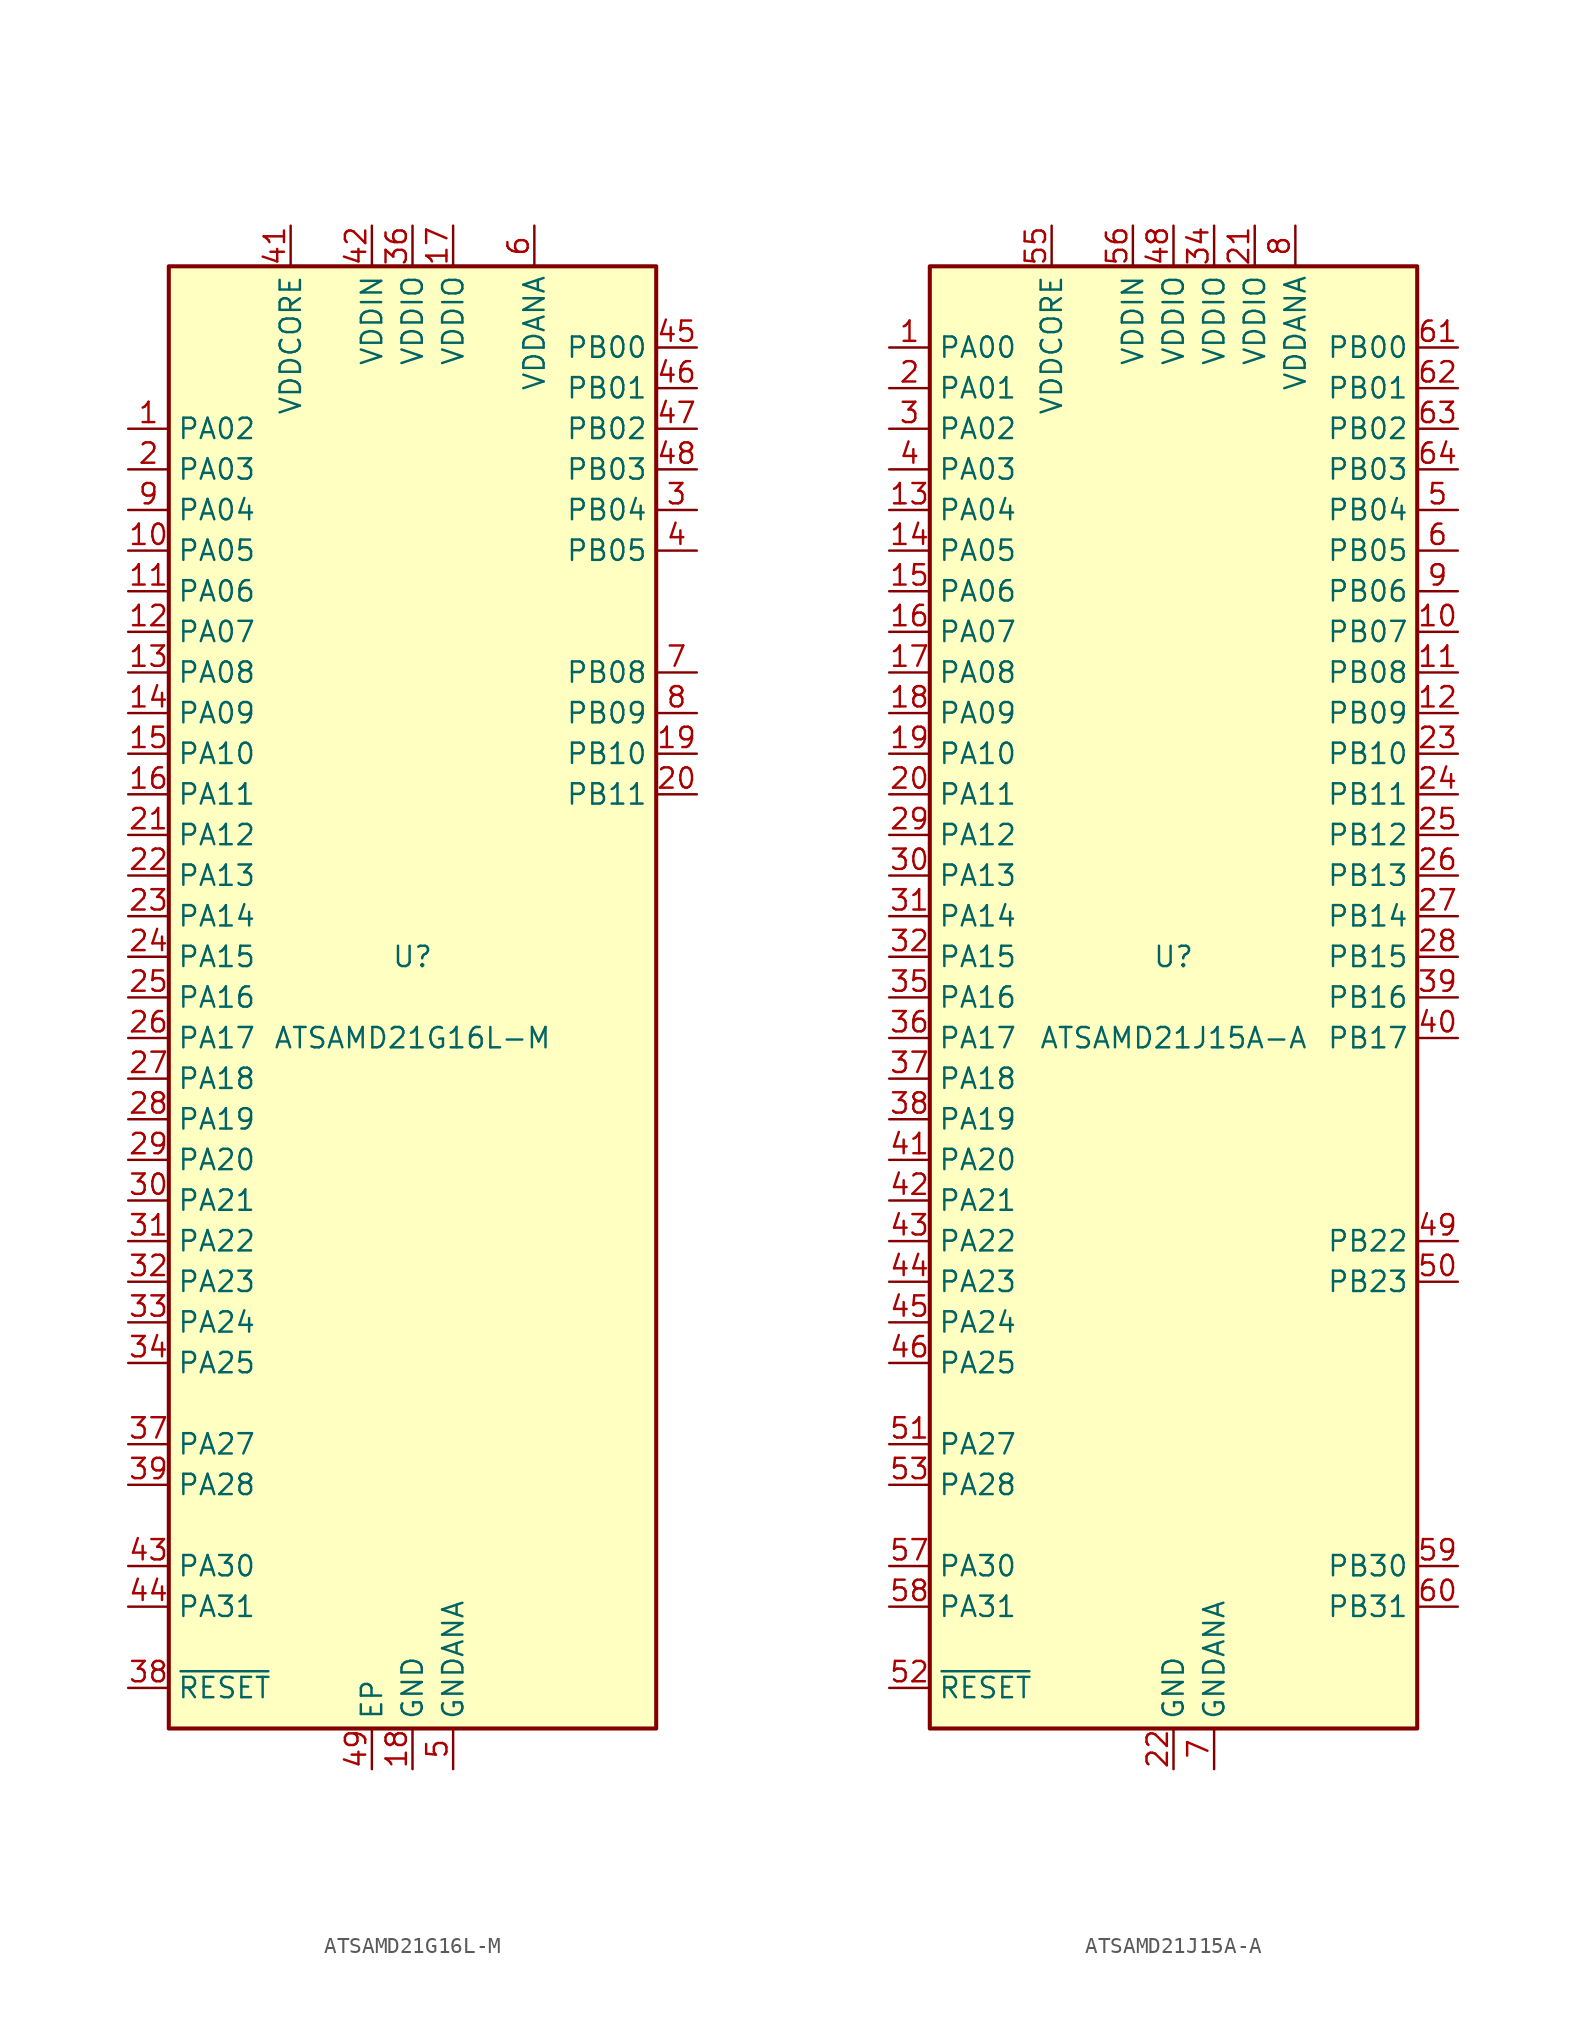
<source format=kicad_sym>
(kicad_symbol_lib
  (version 20211014)
  (generator kicad_symbol_editor)
  (symbol "ATSAMD21G16L-M"
    (property "Reference" "U"
      (at 0 2.54 0)
      (effects (font (size 1.27 1.27))))
    (property "Value" "ATSAMD21G16L-M"
      (at 0 -2.54 0)
      (effects (font (size 1.27 1.27))))
    (symbol "ATSAMD21G16L-M_0_1"
      (rectangle (start -15.24 45.72) (end 15.24 -45.72) (stroke (width 0.254) (type default) (color 0 0 0 0)) (fill (type background))))
    (symbol "ATSAMD21G16L-M_1_1"
      (pin bidirectional line (at -17.78 35.56 0) (length 2.54) (name "PA02" (effects (font (size 1.27 1.27)))) (number "1" (effects (font (size 1.27 1.27)))))
      (pin bidirectional line (at -17.78 27.94 0) (length 2.54) (name "PA05" (effects (font (size 1.27 1.27)))) (number "10" (effects (font (size 1.27 1.27)))))
      (pin bidirectional line (at -17.78 25.4 0) (length 2.54) (name "PA06" (effects (font (size 1.27 1.27)))) (number "11" (effects (font (size 1.27 1.27)))))
      (pin bidirectional line (at -17.78 22.86 0) (length 2.54) (name "PA07" (effects (font (size 1.27 1.27)))) (number "12" (effects (font (size 1.27 1.27)))))
      (pin bidirectional line (at -17.78 20.32 0) (length 2.54) (name "PA08" (effects (font (size 1.27 1.27)))) (number "13" (effects (font (size 1.27 1.27)))))
      (pin bidirectional line (at -17.78 17.78 0) (length 2.54) (name "PA09" (effects (font (size 1.27 1.27)))) (number "14" (effects (font (size 1.27 1.27)))))
      (pin bidirectional line (at -17.78 15.24 0) (length 2.54) (name "PA10" (effects (font (size 1.27 1.27)))) (number "15" (effects (font (size 1.27 1.27)))))
      (pin bidirectional line (at -17.78 12.7 0) (length 2.54) (name "PA11" (effects (font (size 1.27 1.27)))) (number "16" (effects (font (size 1.27 1.27)))))
      (pin power_in line (at 2.54 48.26 270) (length 2.54) (name "VDDIO" (effects (font (size 1.27 1.27)))) (number "17" (effects (font (size 1.27 1.27)))))
      (pin power_in line (at 0 -48.26 90) (length 2.54) (name "GND" (effects (font (size 1.27 1.27)))) (number "18" (effects (font (size 1.27 1.27)))))
      (pin bidirectional line (at 17.78 15.24 180) (length 2.54) (name "PB10" (effects (font (size 1.27 1.27)))) (number "19" (effects (font (size 1.27 1.27)))))
      (pin bidirectional line (at -17.78 33.02 0) (length 2.54) (name "PA03" (effects (font (size 1.27 1.27)))) (number "2" (effects (font (size 1.27 1.27)))))
      (pin bidirectional line (at 17.78 12.7 180) (length 2.54) (name "PB11" (effects (font (size 1.27 1.27)))) (number "20" (effects (font (size 1.27 1.27)))))
      (pin bidirectional line (at -17.78 10.16 0) (length 2.54) (name "PA12" (effects (font (size 1.27 1.27)))) (number "21" (effects (font (size 1.27 1.27)))))
      (pin bidirectional line (at -17.78 7.62 0) (length 2.54) (name "PA13" (effects (font (size 1.27 1.27)))) (number "22" (effects (font (size 1.27 1.27)))))
      (pin bidirectional line (at -17.78 5.08 0) (length 2.54) (name "PA14" (effects (font (size 1.27 1.27)))) (number "23" (effects (font (size 1.27 1.27)))))
      (pin bidirectional line (at -17.78 2.54 0) (length 2.54) (name "PA15" (effects (font (size 1.27 1.27)))) (number "24" (effects (font (size 1.27 1.27)))))
      (pin bidirectional line (at -17.78 0 0) (length 2.54) (name "PA16" (effects (font (size 1.27 1.27)))) (number "25" (effects (font (size 1.27 1.27)))))
      (pin bidirectional line (at -17.78 -2.54 0) (length 2.54) (name "PA17" (effects (font (size 1.27 1.27)))) (number "26" (effects (font (size 1.27 1.27)))))
      (pin bidirectional line (at -17.78 -5.08 0) (length 2.54) (name "PA18" (effects (font (size 1.27 1.27)))) (number "27" (effects (font (size 1.27 1.27)))))
      (pin bidirectional line (at -17.78 -7.62 0) (length 2.54) (name "PA19" (effects (font (size 1.27 1.27)))) (number "28" (effects (font (size 1.27 1.27)))))
      (pin bidirectional line (at -17.78 -10.16 0) (length 2.54) (name "PA20" (effects (font (size 1.27 1.27)))) (number "29" (effects (font (size 1.27 1.27)))))
      (pin bidirectional line (at 17.78 30.48 180) (length 2.54) (name "PB04" (effects (font (size 1.27 1.27)))) (number "3" (effects (font (size 1.27 1.27)))))
      (pin bidirectional line (at -17.78 -12.7 0) (length 2.54) (name "PA21" (effects (font (size 1.27 1.27)))) (number "30" (effects (font (size 1.27 1.27)))))
      (pin bidirectional line (at -17.78 -15.24 0) (length 2.54) (name "PA22" (effects (font (size 1.27 1.27)))) (number "31" (effects (font (size 1.27 1.27)))))
      (pin bidirectional line (at -17.78 -17.78 0) (length 2.54) (name "PA23" (effects (font (size 1.27 1.27)))) (number "32" (effects (font (size 1.27 1.27)))))
      (pin bidirectional line (at -17.78 -20.32 0) (length 2.54) (name "PA24" (effects (font (size 1.27 1.27)))) (number "33" (effects (font (size 1.27 1.27)))))
      (pin bidirectional line (at -17.78 -22.86 0) (length 2.54) (name "PA25" (effects (font (size 1.27 1.27)))) (number "34" (effects (font (size 1.27 1.27)))))
      (pin passive line (at 0 -48.26 90) (length 2.54) hide (name "GND" (effects (font (size 1.27 1.27)))) (number "35" (effects (font (size 1.27 1.27)))))
      (pin power_in line (at 0 48.26 270) (length 2.54) (name "VDDIO" (effects (font (size 1.27 1.27)))) (number "36" (effects (font (size 1.27 1.27)))))
      (pin bidirectional line (at -17.78 -27.94 0) (length 2.54) (name "PA27" (effects (font (size 1.27 1.27)))) (number "37" (effects (font (size 1.27 1.27)))))
      (pin input line (at -17.78 -43.18 0) (length 2.54) (name "~{RESET}" (effects (font (size 1.27 1.27)))) (number "38" (effects (font (size 1.27 1.27)))))
      (pin bidirectional line (at -17.78 -30.48 0) (length 2.54) (name "PA28" (effects (font (size 1.27 1.27)))) (number "39" (effects (font (size 1.27 1.27)))))
      (pin bidirectional line (at 17.78 27.94 180) (length 2.54) (name "PB05" (effects (font (size 1.27 1.27)))) (number "4" (effects (font (size 1.27 1.27)))))
      (pin passive line (at 0 -48.26 90) (length 2.54) hide (name "GND" (effects (font (size 1.27 1.27)))) (number "40" (effects (font (size 1.27 1.27)))))
      (pin power_out line (at -7.62 48.26 270) (length 2.54) (name "VDDCORE" (effects (font (size 1.27 1.27)))) (number "41" (effects (font (size 1.27 1.27)))))
      (pin power_in line (at -2.54 48.26 270) (length 2.54) (name "VDDIN" (effects (font (size 1.27 1.27)))) (number "42" (effects (font (size 1.27 1.27)))))
      (pin bidirectional line (at -17.78 -35.56 0) (length 2.54) (name "PA30" (effects (font (size 1.27 1.27)))) (number "43" (effects (font (size 1.27 1.27)))))
      (pin bidirectional line (at -17.78 -38.1 0) (length 2.54) (name "PA31" (effects (font (size 1.27 1.27)))) (number "44" (effects (font (size 1.27 1.27)))))
      (pin bidirectional line (at 17.78 40.64 180) (length 2.54) (name "PB00" (effects (font (size 1.27 1.27)))) (number "45" (effects (font (size 1.27 1.27)))))
      (pin bidirectional line (at 17.78 38.1 180) (length 2.54) (name "PB01" (effects (font (size 1.27 1.27)))) (number "46" (effects (font (size 1.27 1.27)))))
      (pin bidirectional line (at 17.78 35.56 180) (length 2.54) (name "PB02" (effects (font (size 1.27 1.27)))) (number "47" (effects (font (size 1.27 1.27)))))
      (pin bidirectional line (at 17.78 33.02 180) (length 2.54) (name "PB03" (effects (font (size 1.27 1.27)))) (number "48" (effects (font (size 1.27 1.27)))))
      (pin passive line (at -2.54 -48.26 90) (length 2.54) (name "EP" (effects (font (size 1.27 1.27)))) (number "49" (effects (font (size 1.27 1.27)))))
      (pin power_in line (at 2.54 -48.26 90) (length 2.54) (name "GNDANA" (effects (font (size 1.27 1.27)))) (number "5" (effects (font (size 1.27 1.27)))))
      (pin power_in line (at 7.62 48.26 270) (length 2.54) (name "VDDANA" (effects (font (size 1.27 1.27)))) (number "6" (effects (font (size 1.27 1.27)))))
      (pin bidirectional line (at 17.78 20.32 180) (length 2.54) (name "PB08" (effects (font (size 1.27 1.27)))) (number "7" (effects (font (size 1.27 1.27)))))
      (pin bidirectional line (at 17.78 17.78 180) (length 2.54) (name "PB09" (effects (font (size 1.27 1.27)))) (number "8" (effects (font (size 1.27 1.27)))))
      (pin bidirectional line (at -17.78 30.48 0) (length 2.54) (name "PA04" (effects (font (size 1.27 1.27)))) (number "9" (effects (font (size 1.27 1.27)))))))
  (symbol "ATSAMD21J15A-A"
    (property "Reference" "U"
      (at 0 2.54 0)
      (effects (font (size 1.27 1.27))))
    (property "Value" "ATSAMD21J15A-A"
      (at 0 -2.54 0)
      (effects (font (size 1.27 1.27))))
    (symbol "ATSAMD21J15A-A_0_1"
      (rectangle (start -15.24 45.72) (end 15.24 -45.72) (stroke (width 0.254) (type default) (color 0 0 0 0)) (fill (type background))))
    (symbol "ATSAMD21J15A-A_1_1"
      (pin bidirectional line (at -17.78 40.64 0) (length 2.54) (name "PA00" (effects (font (size 1.27 1.27)))) (number "1" (effects (font (size 1.27 1.27)))))
      (pin bidirectional line (at 17.78 22.86 180) (length 2.54) (name "PB07" (effects (font (size 1.27 1.27)))) (number "10" (effects (font (size 1.27 1.27)))))
      (pin bidirectional line (at 17.78 20.32 180) (length 2.54) (name "PB08" (effects (font (size 1.27 1.27)))) (number "11" (effects (font (size 1.27 1.27)))))
      (pin bidirectional line (at 17.78 17.78 180) (length 2.54) (name "PB09" (effects (font (size 1.27 1.27)))) (number "12" (effects (font (size 1.27 1.27)))))
      (pin bidirectional line (at -17.78 30.48 0) (length 2.54) (name "PA04" (effects (font (size 1.27 1.27)))) (number "13" (effects (font (size 1.27 1.27)))))
      (pin bidirectional line (at -17.78 27.94 0) (length 2.54) (name "PA05" (effects (font (size 1.27 1.27)))) (number "14" (effects (font (size 1.27 1.27)))))
      (pin bidirectional line (at -17.78 25.4 0) (length 2.54) (name "PA06" (effects (font (size 1.27 1.27)))) (number "15" (effects (font (size 1.27 1.27)))))
      (pin bidirectional line (at -17.78 22.86 0) (length 2.54) (name "PA07" (effects (font (size 1.27 1.27)))) (number "16" (effects (font (size 1.27 1.27)))))
      (pin bidirectional line (at -17.78 20.32 0) (length 2.54) (name "PA08" (effects (font (size 1.27 1.27)))) (number "17" (effects (font (size 1.27 1.27)))))
      (pin bidirectional line (at -17.78 17.78 0) (length 2.54) (name "PA09" (effects (font (size 1.27 1.27)))) (number "18" (effects (font (size 1.27 1.27)))))
      (pin bidirectional line (at -17.78 15.24 0) (length 2.54) (name "PA10" (effects (font (size 1.27 1.27)))) (number "19" (effects (font (size 1.27 1.27)))))
      (pin bidirectional line (at -17.78 38.1 0) (length 2.54) (name "PA01" (effects (font (size 1.27 1.27)))) (number "2" (effects (font (size 1.27 1.27)))))
      (pin bidirectional line (at -17.78 12.7 0) (length 2.54) (name "PA11" (effects (font (size 1.27 1.27)))) (number "20" (effects (font (size 1.27 1.27)))))
      (pin power_in line (at 5.08 48.26 270) (length 2.54) (name "VDDIO" (effects (font (size 1.27 1.27)))) (number "21" (effects (font (size 1.27 1.27)))))
      (pin power_in line (at 0 -48.26 90) (length 2.54) (name "GND" (effects (font (size 1.27 1.27)))) (number "22" (effects (font (size 1.27 1.27)))))
      (pin bidirectional line (at 17.78 15.24 180) (length 2.54) (name "PB10" (effects (font (size 1.27 1.27)))) (number "23" (effects (font (size 1.27 1.27)))))
      (pin bidirectional line (at 17.78 12.7 180) (length 2.54) (name "PB11" (effects (font (size 1.27 1.27)))) (number "24" (effects (font (size 1.27 1.27)))))
      (pin bidirectional line (at 17.78 10.16 180) (length 2.54) (name "PB12" (effects (font (size 1.27 1.27)))) (number "25" (effects (font (size 1.27 1.27)))))
      (pin bidirectional line (at 17.78 7.62 180) (length 2.54) (name "PB13" (effects (font (size 1.27 1.27)))) (number "26" (effects (font (size 1.27 1.27)))))
      (pin bidirectional line (at 17.78 5.08 180) (length 2.54) (name "PB14" (effects (font (size 1.27 1.27)))) (number "27" (effects (font (size 1.27 1.27)))))
      (pin bidirectional line (at 17.78 2.54 180) (length 2.54) (name "PB15" (effects (font (size 1.27 1.27)))) (number "28" (effects (font (size 1.27 1.27)))))
      (pin bidirectional line (at -17.78 10.16 0) (length 2.54) (name "PA12" (effects (font (size 1.27 1.27)))) (number "29" (effects (font (size 1.27 1.27)))))
      (pin bidirectional line (at -17.78 35.56 0) (length 2.54) (name "PA02" (effects (font (size 1.27 1.27)))) (number "3" (effects (font (size 1.27 1.27)))))
      (pin bidirectional line (at -17.78 7.62 0) (length 2.54) (name "PA13" (effects (font (size 1.27 1.27)))) (number "30" (effects (font (size 1.27 1.27)))))
      (pin bidirectional line (at -17.78 5.08 0) (length 2.54) (name "PA14" (effects (font (size 1.27 1.27)))) (number "31" (effects (font (size 1.27 1.27)))))
      (pin bidirectional line (at -17.78 2.54 0) (length 2.54) (name "PA15" (effects (font (size 1.27 1.27)))) (number "32" (effects (font (size 1.27 1.27)))))
      (pin passive line (at 0 -48.26 90) (length 2.54) hide (name "GND" (effects (font (size 1.27 1.27)))) (number "33" (effects (font (size 1.27 1.27)))))
      (pin power_in line (at 2.54 48.26 270) (length 2.54) (name "VDDIO" (effects (font (size 1.27 1.27)))) (number "34" (effects (font (size 1.27 1.27)))))
      (pin bidirectional line (at -17.78 0 0) (length 2.54) (name "PA16" (effects (font (size 1.27 1.27)))) (number "35" (effects (font (size 1.27 1.27)))))
      (pin bidirectional line (at -17.78 -2.54 0) (length 2.54) (name "PA17" (effects (font (size 1.27 1.27)))) (number "36" (effects (font (size 1.27 1.27)))))
      (pin bidirectional line (at -17.78 -5.08 0) (length 2.54) (name "PA18" (effects (font (size 1.27 1.27)))) (number "37" (effects (font (size 1.27 1.27)))))
      (pin bidirectional line (at -17.78 -7.62 0) (length 2.54) (name "PA19" (effects (font (size 1.27 1.27)))) (number "38" (effects (font (size 1.27 1.27)))))
      (pin bidirectional line (at 17.78 0 180) (length 2.54) (name "PB16" (effects (font (size 1.27 1.27)))) (number "39" (effects (font (size 1.27 1.27)))))
      (pin bidirectional line (at -17.78 33.02 0) (length 2.54) (name "PA03" (effects (font (size 1.27 1.27)))) (number "4" (effects (font (size 1.27 1.27)))))
      (pin bidirectional line (at 17.78 -2.54 180) (length 2.54) (name "PB17" (effects (font (size 1.27 1.27)))) (number "40" (effects (font (size 1.27 1.27)))))
      (pin bidirectional line (at -17.78 -10.16 0) (length 2.54) (name "PA20" (effects (font (size 1.27 1.27)))) (number "41" (effects (font (size 1.27 1.27)))))
      (pin bidirectional line (at -17.78 -12.7 0) (length 2.54) (name "PA21" (effects (font (size 1.27 1.27)))) (number "42" (effects (font (size 1.27 1.27)))))
      (pin bidirectional line (at -17.78 -15.24 0) (length 2.54) (name "PA22" (effects (font (size 1.27 1.27)))) (number "43" (effects (font (size 1.27 1.27)))))
      (pin bidirectional line (at -17.78 -17.78 0) (length 2.54) (name "PA23" (effects (font (size 1.27 1.27)))) (number "44" (effects (font (size 1.27 1.27)))))
      (pin bidirectional line (at -17.78 -20.32 0) (length 2.54) (name "PA24" (effects (font (size 1.27 1.27)))) (number "45" (effects (font (size 1.27 1.27)))))
      (pin bidirectional line (at -17.78 -22.86 0) (length 2.54) (name "PA25" (effects (font (size 1.27 1.27)))) (number "46" (effects (font (size 1.27 1.27)))))
      (pin passive line (at 0 -48.26 90) (length 2.54) hide (name "GND" (effects (font (size 1.27 1.27)))) (number "47" (effects (font (size 1.27 1.27)))))
      (pin power_in line (at 0 48.26 270) (length 2.54) (name "VDDIO" (effects (font (size 1.27 1.27)))) (number "48" (effects (font (size 1.27 1.27)))))
      (pin bidirectional line (at 17.78 -15.24 180) (length 2.54) (name "PB22" (effects (font (size 1.27 1.27)))) (number "49" (effects (font (size 1.27 1.27)))))
      (pin bidirectional line (at 17.78 30.48 180) (length 2.54) (name "PB04" (effects (font (size 1.27 1.27)))) (number "5" (effects (font (size 1.27 1.27)))))
      (pin bidirectional line (at 17.78 -17.78 180) (length 2.54) (name "PB23" (effects (font (size 1.27 1.27)))) (number "50" (effects (font (size 1.27 1.27)))))
      (pin bidirectional line (at -17.78 -27.94 0) (length 2.54) (name "PA27" (effects (font (size 1.27 1.27)))) (number "51" (effects (font (size 1.27 1.27)))))
      (pin input line (at -17.78 -43.18 0) (length 2.54) (name "~{RESET}" (effects (font (size 1.27 1.27)))) (number "52" (effects (font (size 1.27 1.27)))))
      (pin bidirectional line (at -17.78 -30.48 0) (length 2.54) (name "PA28" (effects (font (size 1.27 1.27)))) (number "53" (effects (font (size 1.27 1.27)))))
      (pin passive line (at 0 -48.26 90) (length 2.54) hide (name "GND" (effects (font (size 1.27 1.27)))) (number "54" (effects (font (size 1.27 1.27)))))
      (pin power_out line (at -7.62 48.26 270) (length 2.54) (name "VDDCORE" (effects (font (size 1.27 1.27)))) (number "55" (effects (font (size 1.27 1.27)))))
      (pin power_in line (at -2.54 48.26 270) (length 2.54) (name "VDDIN" (effects (font (size 1.27 1.27)))) (number "56" (effects (font (size 1.27 1.27)))))
      (pin bidirectional line (at -17.78 -35.56 0) (length 2.54) (name "PA30" (effects (font (size 1.27 1.27)))) (number "57" (effects (font (size 1.27 1.27)))))
      (pin bidirectional line (at -17.78 -38.1 0) (length 2.54) (name "PA31" (effects (font (size 1.27 1.27)))) (number "58" (effects (font (size 1.27 1.27)))))
      (pin bidirectional line (at 17.78 -35.56 180) (length 2.54) (name "PB30" (effects (font (size 1.27 1.27)))) (number "59" (effects (font (size 1.27 1.27)))))
      (pin bidirectional line (at 17.78 27.94 180) (length 2.54) (name "PB05" (effects (font (size 1.27 1.27)))) (number "6" (effects (font (size 1.27 1.27)))))
      (pin bidirectional line (at 17.78 -38.1 180) (length 2.54) (name "PB31" (effects (font (size 1.27 1.27)))) (number "60" (effects (font (size 1.27 1.27)))))
      (pin bidirectional line (at 17.78 40.64 180) (length 2.54) (name "PB00" (effects (font (size 1.27 1.27)))) (number "61" (effects (font (size 1.27 1.27)))))
      (pin bidirectional line (at 17.78 38.1 180) (length 2.54) (name "PB01" (effects (font (size 1.27 1.27)))) (number "62" (effects (font (size 1.27 1.27)))))
      (pin bidirectional line (at 17.78 35.56 180) (length 2.54) (name "PB02" (effects (font (size 1.27 1.27)))) (number "63" (effects (font (size 1.27 1.27)))))
      (pin bidirectional line (at 17.78 33.02 180) (length 2.54) (name "PB03" (effects (font (size 1.27 1.27)))) (number "64" (effects (font (size 1.27 1.27)))))
      (pin power_in line (at 2.54 -48.26 90) (length 2.54) (name "GNDANA" (effects (font (size 1.27 1.27)))) (number "7" (effects (font (size 1.27 1.27)))))
      (pin power_in line (at 7.62 48.26 270) (length 2.54) (name "VDDANA" (effects (font (size 1.27 1.27)))) (number "8" (effects (font (size 1.27 1.27)))))
      (pin bidirectional line (at 17.78 25.4 180) (length 2.54) (name "PB06" (effects (font (size 1.27 1.27)))) (number "9" (effects (font (size 1.27 1.27))))))))
</source>
